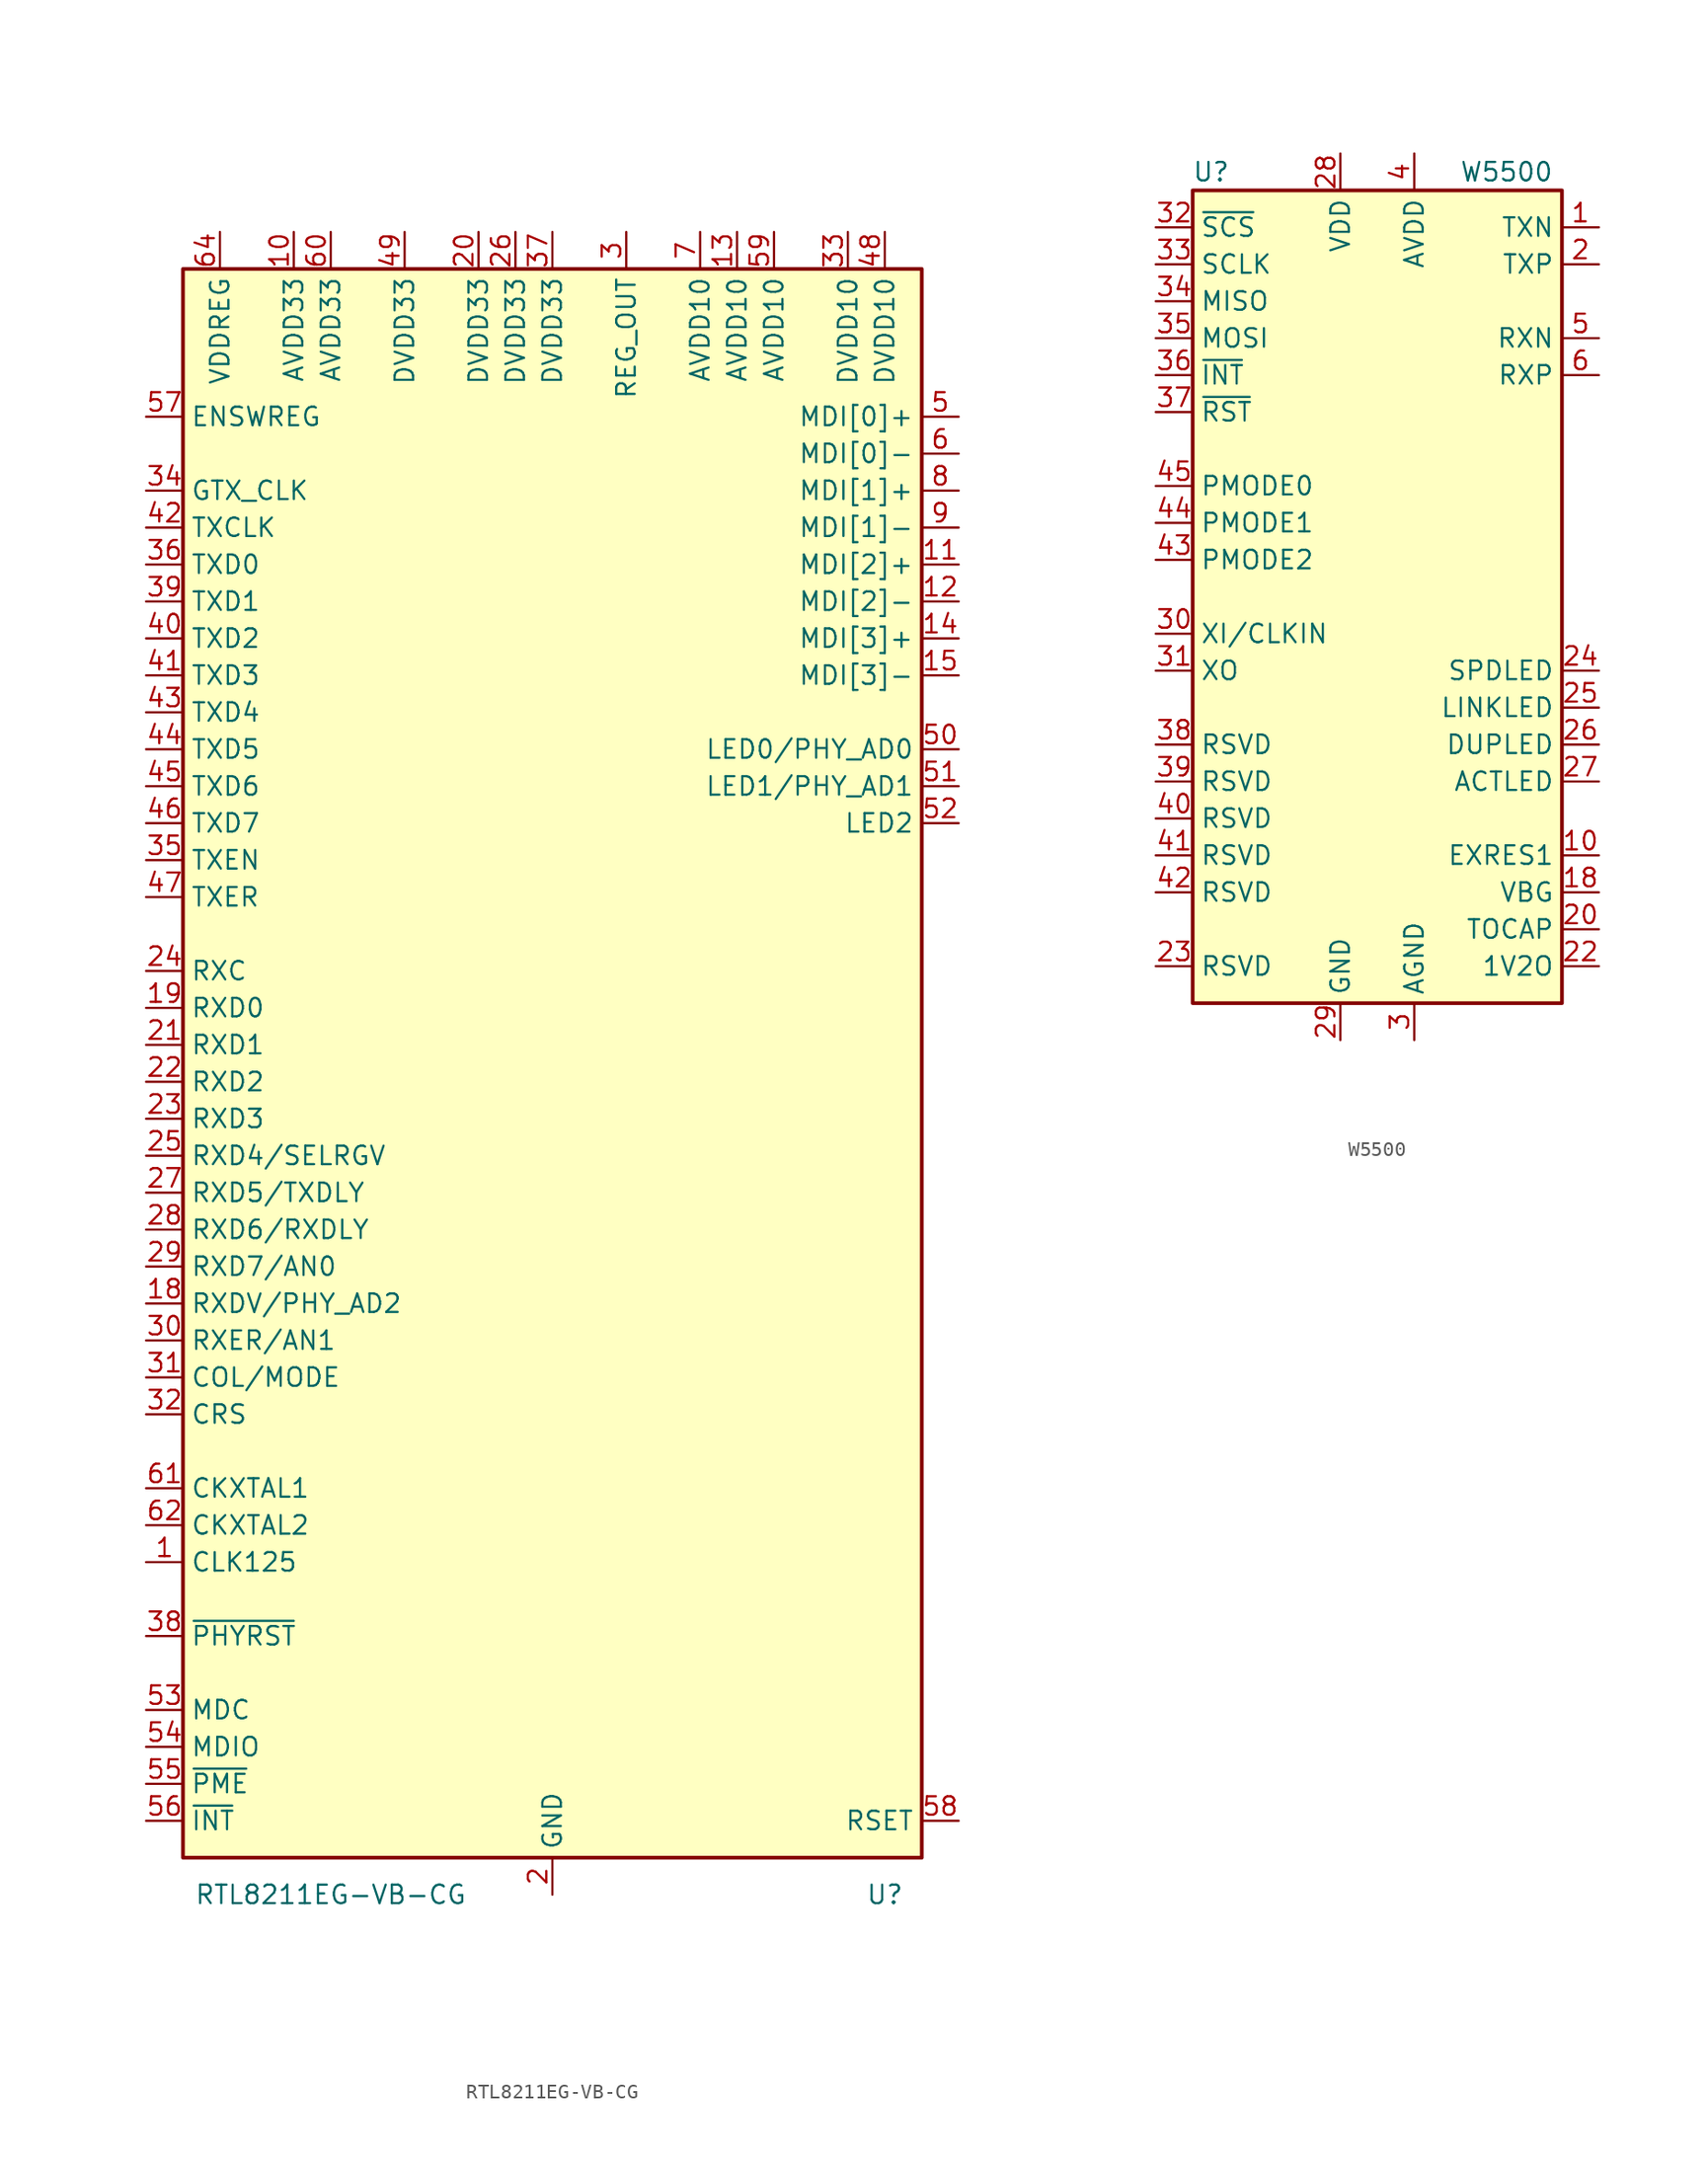
<source format=kicad_sym>
(kicad_symbol_lib
  (version 20200908)
  (generator kicad_symbol_editor)
  (symbol "Interface_Ethernet:RTL8211EG-VB-CG"
    (property "Reference" "U"
      (at 22.86 -58.42 0)
      (effects (font (size 1.27 1.27))))
    (property "Value" "RTL8211EG-VB-CG"
      (at -15.24 -58.42 0)
      (effects (font (size 1.27 1.27))))
    (symbol "RTL8211EG-VB-CG_0_1"
      (rectangle (start -25.4 53.34) (end 25.4 -55.88) (stroke (width 0.254)) (fill (type background))))
    (symbol "RTL8211EG-VB-CG_1_1"
      (pin output line (at -27.94 -35.56 0) (length 2.54) (name "CLK125" (effects (font (size 1.27 1.27)))) (number "1" (effects (font (size 1.27 1.27)))))
      (pin power_in line (at -17.78 55.88 270) (length 2.54) (name "AVDD33" (effects (font (size 1.27 1.27)))) (number "10" (effects (font (size 1.27 1.27)))))
      (pin bidirectional line (at 27.94 33.02 180) (length 2.54) (name "MDI[2]+" (effects (font (size 1.27 1.27)))) (number "11" (effects (font (size 1.27 1.27)))))
      (pin bidirectional line (at 27.94 30.48 180) (length 2.54) (name "MDI[2]-" (effects (font (size 1.27 1.27)))) (number "12" (effects (font (size 1.27 1.27)))))
      (pin power_in line (at 12.7 55.88 270) (length 2.54) (name "AVDD10" (effects (font (size 1.27 1.27)))) (number "13" (effects (font (size 1.27 1.27)))))
      (pin bidirectional line (at 27.94 27.94 180) (length 2.54) (name "MDI[3]+" (effects (font (size 1.27 1.27)))) (number "14" (effects (font (size 1.27 1.27)))))
      (pin bidirectional line (at 27.94 25.4 180) (length 2.54) (name "MDI[3]-" (effects (font (size 1.27 1.27)))) (number "15" (effects (font (size 1.27 1.27)))))
      (pin unconnected line (at 25.4 5.08 180) (length 2.54) hide (name "NC" (effects (font (size 1.27 1.27)))) (number "16" (effects (font (size 1.27 1.27)))))
      (pin unconnected line (at 25.4 2.54 180) (length 2.54) hide (name "NC" (effects (font (size 1.27 1.27)))) (number "17" (effects (font (size 1.27 1.27)))))
      (pin bidirectional line (at -27.94 -17.78 0) (length 2.54) (name "RXDV/PHY_AD2" (effects (font (size 1.27 1.27)))) (number "18" (effects (font (size 1.27 1.27)))))
      (pin output line (at -27.94 2.54 0) (length 2.54) (name "RXD0" (effects (font (size 1.27 1.27)))) (number "19" (effects (font (size 1.27 1.27)))))
      (pin power_in line (at 0 -58.42 90) (length 2.54) (name "GND" (effects (font (size 1.27 1.27)))) (number "2" (effects (font (size 1.27 1.27)))))
      (pin power_in line (at -5.08 55.88 270) (length 2.54) (name "DVDD33" (effects (font (size 1.27 1.27)))) (number "20" (effects (font (size 1.27 1.27)))))
      (pin output line (at -27.94 0 0) (length 2.54) (name "RXD1" (effects (font (size 1.27 1.27)))) (number "21" (effects (font (size 1.27 1.27)))))
      (pin output line (at -27.94 -2.54 0) (length 2.54) (name "RXD2" (effects (font (size 1.27 1.27)))) (number "22" (effects (font (size 1.27 1.27)))))
      (pin output line (at -27.94 -5.08 0) (length 2.54) (name "RXD3" (effects (font (size 1.27 1.27)))) (number "23" (effects (font (size 1.27 1.27)))))
      (pin output line (at -27.94 5.08 0) (length 2.54) (name "RXC" (effects (font (size 1.27 1.27)))) (number "24" (effects (font (size 1.27 1.27)))))
      (pin bidirectional line (at -27.94 -7.62 0) (length 2.54) (name "RXD4/SELRGV" (effects (font (size 1.27 1.27)))) (number "25" (effects (font (size 1.27 1.27)))))
      (pin power_in line (at -2.54 55.88 270) (length 2.54) (name "DVDD33" (effects (font (size 1.27 1.27)))) (number "26" (effects (font (size 1.27 1.27)))))
      (pin bidirectional line (at -27.94 -10.16 0) (length 2.54) (name "RXD5/TXDLY" (effects (font (size 1.27 1.27)))) (number "27" (effects (font (size 1.27 1.27)))))
      (pin bidirectional line (at -27.94 -12.7 0) (length 2.54) (name "RXD6/RXDLY" (effects (font (size 1.27 1.27)))) (number "28" (effects (font (size 1.27 1.27)))))
      (pin bidirectional line (at -27.94 -15.24 0) (length 2.54) (name "RXD7/AN0" (effects (font (size 1.27 1.27)))) (number "29" (effects (font (size 1.27 1.27)))))
      (pin power_out line (at 5.08 55.88 270) (length 2.54) (name "REG_OUT" (effects (font (size 1.27 1.27)))) (number "3" (effects (font (size 1.27 1.27)))))
      (pin bidirectional line (at -27.94 -20.32 0) (length 2.54) (name "RXER/AN1" (effects (font (size 1.27 1.27)))) (number "30" (effects (font (size 1.27 1.27)))))
      (pin bidirectional line (at -27.94 -22.86 0) (length 2.54) (name "COL/MODE" (effects (font (size 1.27 1.27)))) (number "31" (effects (font (size 1.27 1.27)))))
      (pin output line (at -27.94 -25.4 0) (length 2.54) (name "CRS" (effects (font (size 1.27 1.27)))) (number "32" (effects (font (size 1.27 1.27)))))
      (pin power_in line (at 20.32 55.88 270) (length 2.54) (name "DVDD10" (effects (font (size 1.27 1.27)))) (number "33" (effects (font (size 1.27 1.27)))))
      (pin input line (at -27.94 38.1 0) (length 2.54) (name "GTX_CLK" (effects (font (size 1.27 1.27)))) (number "34" (effects (font (size 1.27 1.27)))))
      (pin input line (at -27.94 12.7 0) (length 2.54) (name "TXEN" (effects (font (size 1.27 1.27)))) (number "35" (effects (font (size 1.27 1.27)))))
      (pin input line (at -27.94 33.02 0) (length 2.54) (name "TXD0" (effects (font (size 1.27 1.27)))) (number "36" (effects (font (size 1.27 1.27)))))
      (pin power_in line (at 0 55.88 270) (length 2.54) (name "DVDD33" (effects (font (size 1.27 1.27)))) (number "37" (effects (font (size 1.27 1.27)))))
      (pin input line (at -27.94 -40.64 0) (length 2.54) (name "~PHYRST" (effects (font (size 1.27 1.27)))) (number "38" (effects (font (size 1.27 1.27)))))
      (pin input line (at -27.94 30.48 0) (length 2.54) (name "TXD1" (effects (font (size 1.27 1.27)))) (number "39" (effects (font (size 1.27 1.27)))))
      (pin passive line (at 0 -58.42 90) (length 2.54) hide (name "GND" (effects (font (size 1.27 1.27)))) (number "4" (effects (font (size 1.27 1.27)))))
      (pin input line (at -27.94 27.94 0) (length 2.54) (name "TXD2" (effects (font (size 1.27 1.27)))) (number "40" (effects (font (size 1.27 1.27)))))
      (pin input line (at -27.94 25.4 0) (length 2.54) (name "TXD3" (effects (font (size 1.27 1.27)))) (number "41" (effects (font (size 1.27 1.27)))))
      (pin output line (at -27.94 35.56 0) (length 2.54) (name "TXCLK" (effects (font (size 1.27 1.27)))) (number "42" (effects (font (size 1.27 1.27)))))
      (pin input line (at -27.94 22.86 0) (length 2.54) (name "TXD4" (effects (font (size 1.27 1.27)))) (number "43" (effects (font (size 1.27 1.27)))))
      (pin input line (at -27.94 20.32 0) (length 2.54) (name "TXD5" (effects (font (size 1.27 1.27)))) (number "44" (effects (font (size 1.27 1.27)))))
      (pin input line (at -27.94 17.78 0) (length 2.54) (name "TXD6" (effects (font (size 1.27 1.27)))) (number "45" (effects (font (size 1.27 1.27)))))
      (pin input line (at -27.94 15.24 0) (length 2.54) (name "TXD7" (effects (font (size 1.27 1.27)))) (number "46" (effects (font (size 1.27 1.27)))))
      (pin input line (at -27.94 10.16 0) (length 2.54) (name "TXER" (effects (font (size 1.27 1.27)))) (number "47" (effects (font (size 1.27 1.27)))))
      (pin power_in line (at 22.86 55.88 270) (length 2.54) (name "DVDD10" (effects (font (size 1.27 1.27)))) (number "48" (effects (font (size 1.27 1.27)))))
      (pin power_in line (at -10.16 55.88 270) (length 2.54) (name "DVDD33" (effects (font (size 1.27 1.27)))) (number "49" (effects (font (size 1.27 1.27)))))
      (pin bidirectional line (at 27.94 43.18 180) (length 2.54) (name "MDI[0]+" (effects (font (size 1.27 1.27)))) (number "5" (effects (font (size 1.27 1.27)))))
      (pin bidirectional line (at 27.94 20.32 180) (length 2.54) (name "LED0/PHY_AD0" (effects (font (size 1.27 1.27)))) (number "50" (effects (font (size 1.27 1.27)))))
      (pin bidirectional line (at 27.94 17.78 180) (length 2.54) (name "LED1/PHY_AD1" (effects (font (size 1.27 1.27)))) (number "51" (effects (font (size 1.27 1.27)))))
      (pin bidirectional line (at 27.94 15.24 180) (length 2.54) (name "LED2" (effects (font (size 1.27 1.27)))) (number "52" (effects (font (size 1.27 1.27)))))
      (pin input line (at -27.94 -45.72 0) (length 2.54) (name "MDC" (effects (font (size 1.27 1.27)))) (number "53" (effects (font (size 1.27 1.27)))))
      (pin bidirectional line (at -27.94 -48.26 0) (length 2.54) (name "MDIO" (effects (font (size 1.27 1.27)))) (number "54" (effects (font (size 1.27 1.27)))))
      (pin open_collector line (at -27.94 -50.8 0) (length 2.54) (name "~PME" (effects (font (size 1.27 1.27)))) (number "55" (effects (font (size 1.27 1.27)))))
      (pin open_collector line (at -27.94 -53.34 0) (length 2.54) (name "~INT" (effects (font (size 1.27 1.27)))) (number "56" (effects (font (size 1.27 1.27)))))
      (pin input line (at -27.94 43.18 0) (length 2.54) (name "ENSWREG" (effects (font (size 1.27 1.27)))) (number "57" (effects (font (size 1.27 1.27)))))
      (pin passive line (at 27.94 -53.34 180) (length 2.54) (name "RSET" (effects (font (size 1.27 1.27)))) (number "58" (effects (font (size 1.27 1.27)))))
      (pin power_in line (at 15.24 55.88 270) (length 2.54) (name "AVDD10" (effects (font (size 1.27 1.27)))) (number "59" (effects (font (size 1.27 1.27)))))
      (pin bidirectional line (at 27.94 40.64 180) (length 2.54) (name "MDI[0]-" (effects (font (size 1.27 1.27)))) (number "6" (effects (font (size 1.27 1.27)))))
      (pin power_in line (at -15.24 55.88 270) (length 2.54) (name "AVDD33" (effects (font (size 1.27 1.27)))) (number "60" (effects (font (size 1.27 1.27)))))
      (pin input line (at -27.94 -30.48 0) (length 2.54) (name "CKXTAL1" (effects (font (size 1.27 1.27)))) (number "61" (effects (font (size 1.27 1.27)))))
      (pin output line (at -27.94 -33.02 0) (length 2.54) (name "CKXTAL2" (effects (font (size 1.27 1.27)))) (number "62" (effects (font (size 1.27 1.27)))))
      (pin passive line (at 0 -58.42 90) (length 2.54) hide (name "GND" (effects (font (size 1.27 1.27)))) (number "63" (effects (font (size 1.27 1.27)))))
      (pin power_in line (at -22.86 55.88 270) (length 2.54) (name "VDDREG" (effects (font (size 1.27 1.27)))) (number "64" (effects (font (size 1.27 1.27)))))
      (pin passive line (at 0 -58.42 90) (length 2.54) hide (name "GND" (effects (font (size 1.27 1.27)))) (number "65" (effects (font (size 1.27 1.27)))))
      (pin power_in line (at 10.16 55.88 270) (length 2.54) (name "AVDD10" (effects (font (size 1.27 1.27)))) (number "7" (effects (font (size 1.27 1.27)))))
      (pin bidirectional line (at 27.94 38.1 180) (length 2.54) (name "MDI[1]+" (effects (font (size 1.27 1.27)))) (number "8" (effects (font (size 1.27 1.27)))))
      (pin bidirectional line (at 27.94 35.56 180) (length 2.54) (name "MDI[1]-" (effects (font (size 1.27 1.27)))) (number "9" (effects (font (size 1.27 1.27)))))))
  (symbol "Interface_Ethernet:W5500"
    (property "Reference" "U"
      (at -11.43 29.21 0)
      (effects (font (size 1.27 1.27))))
    (property "Value" "W5500"
      (at 8.89 29.21 0)
      (effects (font (size 1.27 1.27))))
    (symbol "W5500_0_1"
      (rectangle (start -12.7 27.94) (end 12.7 -27.94) (stroke (width 0.254)) (fill (type background))))
    (symbol "W5500_1_1"
      (pin output line (at 15.24 25.4 180) (length 2.54) (name "TXN" (effects (font (size 1.27 1.27)))) (number "1" (effects (font (size 1.27 1.27)))))
      (pin passive line (at 15.24 -17.78 180) (length 2.54) (name "EXRES1" (effects (font (size 1.27 1.27)))) (number "10" (effects (font (size 1.27 1.27)))))
      (pin passive line (at 2.54 30.48 270) (length 2.54) hide (name "AVDD" (effects (font (size 1.27 1.27)))) (number "11" (effects (font (size 1.27 1.27)))))
      (pin unconnected line (at 12.7 7.62 180) (length 2.54) hide (name "NC" (effects (font (size 1.27 1.27)))) (number "12" (effects (font (size 1.27 1.27)))))
      (pin unconnected line (at 12.7 5.08 180) (length 2.54) hide (name "NC" (effects (font (size 1.27 1.27)))) (number "13" (effects (font (size 1.27 1.27)))))
      (pin passive line (at 2.54 -30.48 90) (length 2.54) hide (name "AGND" (effects (font (size 1.27 1.27)))) (number "14" (effects (font (size 1.27 1.27)))))
      (pin passive line (at 2.54 30.48 270) (length 2.54) hide (name "AVDD" (effects (font (size 1.27 1.27)))) (number "15" (effects (font (size 1.27 1.27)))))
      (pin passive line (at 2.54 -30.48 90) (length 2.54) hide (name "AGND" (effects (font (size 1.27 1.27)))) (number "16" (effects (font (size 1.27 1.27)))))
      (pin passive line (at 2.54 30.48 270) (length 2.54) hide (name "AVDD" (effects (font (size 1.27 1.27)))) (number "17" (effects (font (size 1.27 1.27)))))
      (pin passive line (at 15.24 -20.32 180) (length 2.54) (name "VBG" (effects (font (size 1.27 1.27)))) (number "18" (effects (font (size 1.27 1.27)))))
      (pin passive line (at 2.54 -30.48 90) (length 2.54) hide (name "AGND" (effects (font (size 1.27 1.27)))) (number "19" (effects (font (size 1.27 1.27)))))
      (pin output line (at 15.24 22.86 180) (length 2.54) (name "TXP" (effects (font (size 1.27 1.27)))) (number "2" (effects (font (size 1.27 1.27)))))
      (pin passive line (at 15.24 -22.86 180) (length 2.54) (name "TOCAP" (effects (font (size 1.27 1.27)))) (number "20" (effects (font (size 1.27 1.27)))))
      (pin passive line (at 2.54 30.48 270) (length 2.54) hide (name "AVDD" (effects (font (size 1.27 1.27)))) (number "21" (effects (font (size 1.27 1.27)))))
      (pin output line (at 15.24 -25.4 180) (length 2.54) (name "1V2O" (effects (font (size 1.27 1.27)))) (number "22" (effects (font (size 1.27 1.27)))))
      (pin input line (at -15.24 -25.4 0) (length 2.54) (name "RSVD" (effects (font (size 1.27 1.27)))) (number "23" (effects (font (size 1.27 1.27)))))
      (pin output line (at 15.24 -5.08 180) (length 2.54) (name "SPDLED" (effects (font (size 1.27 1.27)))) (number "24" (effects (font (size 1.27 1.27)))))
      (pin output line (at 15.24 -7.62 180) (length 2.54) (name "LINKLED" (effects (font (size 1.27 1.27)))) (number "25" (effects (font (size 1.27 1.27)))))
      (pin output line (at 15.24 -10.16 180) (length 2.54) (name "DUPLED" (effects (font (size 1.27 1.27)))) (number "26" (effects (font (size 1.27 1.27)))))
      (pin output line (at 15.24 -12.7 180) (length 2.54) (name "ACTLED" (effects (font (size 1.27 1.27)))) (number "27" (effects (font (size 1.27 1.27)))))
      (pin power_in line (at -2.54 30.48 270) (length 2.54) (name "VDD" (effects (font (size 1.27 1.27)))) (number "28" (effects (font (size 1.27 1.27)))))
      (pin power_in line (at -2.54 -30.48 90) (length 2.54) (name "GND" (effects (font (size 1.27 1.27)))) (number "29" (effects (font (size 1.27 1.27)))))
      (pin power_in line (at 2.54 -30.48 90) (length 2.54) (name "AGND" (effects (font (size 1.27 1.27)))) (number "3" (effects (font (size 1.27 1.27)))))
      (pin input line (at -15.24 -2.54 0) (length 2.54) (name "XI/CLKIN" (effects (font (size 1.27 1.27)))) (number "30" (effects (font (size 1.27 1.27)))))
      (pin output line (at -15.24 -5.08 0) (length 2.54) (name "XO" (effects (font (size 1.27 1.27)))) (number "31" (effects (font (size 1.27 1.27)))))
      (pin input line (at -15.24 25.4 0) (length 2.54) (name "~SCS" (effects (font (size 1.27 1.27)))) (number "32" (effects (font (size 1.27 1.27)))))
      (pin input line (at -15.24 22.86 0) (length 2.54) (name "SCLK" (effects (font (size 1.27 1.27)))) (number "33" (effects (font (size 1.27 1.27)))))
      (pin output line (at -15.24 20.32 0) (length 2.54) (name "MISO" (effects (font (size 1.27 1.27)))) (number "34" (effects (font (size 1.27 1.27)))))
      (pin input line (at -15.24 17.78 0) (length 2.54) (name "MOSI" (effects (font (size 1.27 1.27)))) (number "35" (effects (font (size 1.27 1.27)))))
      (pin input line (at -15.24 15.24 0) (length 2.54) (name "~INT" (effects (font (size 1.27 1.27)))) (number "36" (effects (font (size 1.27 1.27)))))
      (pin input line (at -15.24 12.7 0) (length 2.54) (name "~RST" (effects (font (size 1.27 1.27)))) (number "37" (effects (font (size 1.27 1.27)))))
      (pin input line (at -15.24 -10.16 0) (length 2.54) (name "RSVD" (effects (font (size 1.27 1.27)))) (number "38" (effects (font (size 1.27 1.27)))))
      (pin input line (at -15.24 -12.7 0) (length 2.54) (name "RSVD" (effects (font (size 1.27 1.27)))) (number "39" (effects (font (size 1.27 1.27)))))
      (pin power_in line (at 2.54 30.48 270) (length 2.54) (name "AVDD" (effects (font (size 1.27 1.27)))) (number "4" (effects (font (size 1.27 1.27)))))
      (pin input line (at -15.24 -15.24 0) (length 2.54) (name "RSVD" (effects (font (size 1.27 1.27)))) (number "40" (effects (font (size 1.27 1.27)))))
      (pin input line (at -15.24 -17.78 0) (length 2.54) (name "RSVD" (effects (font (size 1.27 1.27)))) (number "41" (effects (font (size 1.27 1.27)))))
      (pin input line (at -15.24 -20.32 0) (length 2.54) (name "RSVD" (effects (font (size 1.27 1.27)))) (number "42" (effects (font (size 1.27 1.27)))))
      (pin input line (at -15.24 2.54 0) (length 2.54) (name "PMODE2" (effects (font (size 1.27 1.27)))) (number "43" (effects (font (size 1.27 1.27)))))
      (pin input line (at -15.24 5.08 0) (length 2.54) (name "PMODE1" (effects (font (size 1.27 1.27)))) (number "44" (effects (font (size 1.27 1.27)))))
      (pin input line (at -15.24 7.62 0) (length 2.54) (name "PMODE0" (effects (font (size 1.27 1.27)))) (number "45" (effects (font (size 1.27 1.27)))))
      (pin unconnected line (at 12.7 2.54 180) (length 2.54) hide (name "NC" (effects (font (size 1.27 1.27)))) (number "46" (effects (font (size 1.27 1.27)))))
      (pin unconnected line (at 12.7 0 180) (length 2.54) hide (name "NC" (effects (font (size 1.27 1.27)))) (number "47" (effects (font (size 1.27 1.27)))))
      (pin passive line (at 2.54 -30.48 90) (length 2.54) hide (name "AGND" (effects (font (size 1.27 1.27)))) (number "48" (effects (font (size 1.27 1.27)))))
      (pin input line (at 15.24 17.78 180) (length 2.54) (name "RXN" (effects (font (size 1.27 1.27)))) (number "5" (effects (font (size 1.27 1.27)))))
      (pin input line (at 15.24 15.24 180) (length 2.54) (name "RXP" (effects (font (size 1.27 1.27)))) (number "6" (effects (font (size 1.27 1.27)))))
      (pin unconnected line (at 12.7 10.16 180) (length 2.54) hide (name "DNC" (effects (font (size 1.27 1.27)))) (number "7" (effects (font (size 1.27 1.27)))))
      (pin passive line (at 2.54 30.48 270) (length 2.54) hide (name "AVDD" (effects (font (size 1.27 1.27)))) (number "8" (effects (font (size 1.27 1.27)))))
      (pin passive line (at 2.54 -30.48 90) (length 2.54) hide (name "AGND" (effects (font (size 1.27 1.27)))) (number "9" (effects (font (size 1.27 1.27))))))))
</source>
